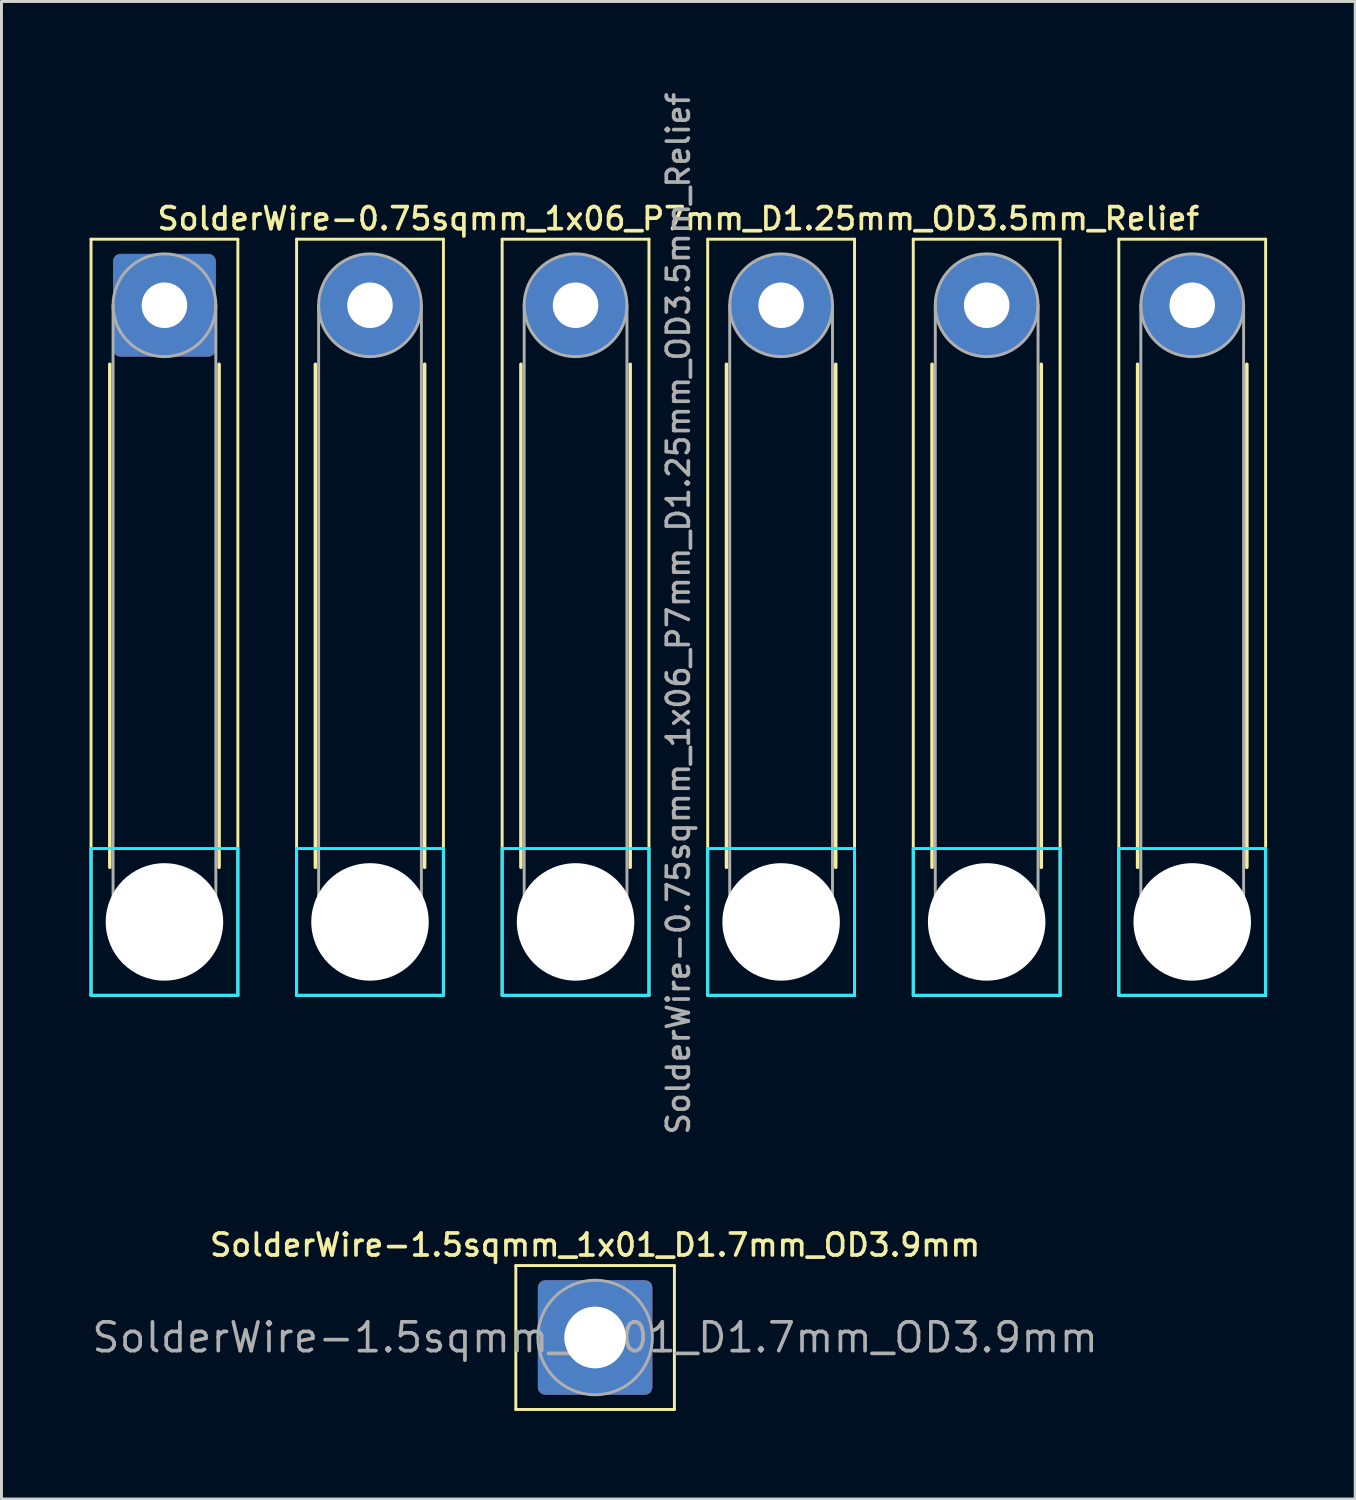
<source format=kicad_pcb>
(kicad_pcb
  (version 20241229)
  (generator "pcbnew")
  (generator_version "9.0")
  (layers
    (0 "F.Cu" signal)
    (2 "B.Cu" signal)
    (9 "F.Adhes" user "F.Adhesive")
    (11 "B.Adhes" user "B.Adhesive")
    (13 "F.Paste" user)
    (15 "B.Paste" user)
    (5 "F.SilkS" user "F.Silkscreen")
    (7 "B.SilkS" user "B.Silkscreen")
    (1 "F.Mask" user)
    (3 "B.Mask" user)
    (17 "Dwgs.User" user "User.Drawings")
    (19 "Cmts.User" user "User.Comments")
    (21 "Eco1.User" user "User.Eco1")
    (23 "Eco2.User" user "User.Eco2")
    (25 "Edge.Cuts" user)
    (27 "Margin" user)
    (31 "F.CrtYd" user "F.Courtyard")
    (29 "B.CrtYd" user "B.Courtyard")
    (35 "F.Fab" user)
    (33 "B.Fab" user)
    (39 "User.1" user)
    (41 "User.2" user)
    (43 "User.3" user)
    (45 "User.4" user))
  (footprint "SolderWire-1.5sqmm_1x01_D1.7mm_OD3.9mm"
    (layer "F.Cu")
    (at 17.216 42.497)
    (property "Reference" "SolderWire-1.5sqmm_1x01_D1.7mm_OD3.9mm" (at 0 -3.15 0) (layer "F.SilkS") (effects (font (size 0.75 0.75) (thickness 0.125))))
    (attr exclude_from_pos_files exclude_from_bom)
    (fp_line (start -2.7 -2.45) (end -2.7 2.45) (stroke (width 0.1) (type solid)) (layer "F.SilkS"))
    (fp_line (start -2.7 2.45) (end 2.7 2.45) (stroke (width 0.1) (type solid)) (layer "F.SilkS"))
    (fp_line (start 2.7 -2.45) (end -2.7 -2.45) (stroke (width 0.1) (type solid)) (layer "F.SilkS"))
    (fp_line (start 2.7 2.45) (end 2.7 -2.45) (stroke (width 0.1) (type solid)) (layer "F.SilkS"))
    (fp_circle (center 0 0) (end 1.95 0) (stroke (width 0.1) (type solid)) (fill no) (layer "F.Fab"))
    (fp_text user "${REFERENCE}" (at 0 0 0) (layer "F.Fab") (effects (font (size 0.98 0.98) (thickness 0.125))))
    (pad "1" thru_hole roundrect (at 0 0) (size 3.9 3.9) (drill 2.1) (layers "*.Cu" "*.Mask") (roundrect_rratio 0.064)))
  (footprint "SolderWire-0.75sqmm_1x06_P7mm_D1.25mm_OD3.5mm_Relief"
    (layer "F.Cu")
    (at 2.55 7.345)
    (property "Reference" "SolderWire-0.75sqmm_1x06_P7mm_D1.25mm_OD3.5mm_Relief" (at 17.5 -2.95 0) (layer "F.SilkS") (effects (font (size 0.75 0.75) (thickness 0.125))))
    (attr exclude_from_pos_files exclude_from_bom)
    (fp_line (start -2.5 -2.25) (end -2.5 23.5) (stroke (width 0.1) (type solid)) (layer "F.SilkS"))
    (fp_line (start -2.5 23.5) (end 2.5 23.5) (stroke (width 0.1) (type solid)) (layer "F.SilkS"))
    (fp_line (start -1.86 2.01) (end -1.86 19.14) (stroke (width 0.12) (type solid)) (layer "F.SilkS"))
    (fp_line (start 1.86 2.01) (end 1.86 19.14) (stroke (width 0.12) (type solid)) (layer "F.SilkS"))
    (fp_line (start 2.5 -2.25) (end -2.5 -2.25) (stroke (width 0.1) (type solid)) (layer "F.SilkS"))
    (fp_line (start 2.5 23.5) (end 2.5 -2.25) (stroke (width 0.1) (type solid)) (layer "F.SilkS"))
    (fp_line (start 4.5 -2.25) (end 4.5 23.5) (stroke (width 0.1) (type solid)) (layer "F.SilkS"))
    (fp_line (start 4.5 23.5) (end 9.5 23.5) (stroke (width 0.1) (type solid)) (layer "F.SilkS"))
    (fp_line (start 5.14 2.01) (end 5.14 19.14) (stroke (width 0.12) (type solid)) (layer "F.SilkS"))
    (fp_line (start 8.86 2.01) (end 8.86 19.14) (stroke (width 0.12) (type solid)) (layer "F.SilkS"))
    (fp_line (start 9.5 -2.25) (end 4.5 -2.25) (stroke (width 0.1) (type solid)) (layer "F.SilkS"))
    (fp_line (start 9.5 23.5) (end 9.5 -2.25) (stroke (width 0.1) (type solid)) (layer "F.SilkS"))
    (fp_line (start 11.5 -2.25) (end 11.5 23.5) (stroke (width 0.1) (type solid)) (layer "F.SilkS"))
    (fp_line (start 11.5 23.5) (end 16.5 23.5) (stroke (width 0.1) (type solid)) (layer "F.SilkS"))
    (fp_line (start 12.14 2.01) (end 12.14 19.14) (stroke (width 0.12) (type solid)) (layer "F.SilkS"))
    (fp_line (start 15.86 2.01) (end 15.86 19.14) (stroke (width 0.12) (type solid)) (layer "F.SilkS"))
    (fp_line (start 16.5 -2.25) (end 11.5 -2.25) (stroke (width 0.1) (type solid)) (layer "F.SilkS"))
    (fp_line (start 16.5 23.5) (end 16.5 -2.25) (stroke (width 0.1) (type solid)) (layer "F.SilkS"))
    (fp_line (start 18.5 -2.25) (end 18.5 23.5) (stroke (width 0.1) (type solid)) (layer "F.SilkS"))
    (fp_line (start 18.5 23.5) (end 23.5 23.5) (stroke (width 0.1) (type solid)) (layer "F.SilkS"))
    (fp_line (start 19.14 2.01) (end 19.14 19.14) (stroke (width 0.12) (type solid)) (layer "F.SilkS"))
    (fp_line (start 22.86 2.01) (end 22.86 19.14) (stroke (width 0.12) (type solid)) (layer "F.SilkS"))
    (fp_line (start 23.5 -2.25) (end 18.5 -2.25) (stroke (width 0.1) (type solid)) (layer "F.SilkS"))
    (fp_line (start 23.5 23.5) (end 23.5 -2.25) (stroke (width 0.1) (type solid)) (layer "F.SilkS"))
    (fp_line (start 25.5 -2.25) (end 25.5 23.5) (stroke (width 0.1) (type solid)) (layer "F.SilkS"))
    (fp_line (start 25.5 23.5) (end 30.5 23.5) (stroke (width 0.1) (type solid)) (layer "F.SilkS"))
    (fp_line (start 26.14 2.01) (end 26.14 19.14) (stroke (width 0.12) (type solid)) (layer "F.SilkS"))
    (fp_line (start 29.86 2.01) (end 29.86 19.14) (stroke (width 0.12) (type solid)) (layer "F.SilkS"))
    (fp_line (start 30.5 -2.25) (end 25.5 -2.25) (stroke (width 0.1) (type solid)) (layer "F.SilkS"))
    (fp_line (start 30.5 23.5) (end 30.5 -2.25) (stroke (width 0.1) (type solid)) (layer "F.SilkS"))
    (fp_line (start 32.5 -2.25) (end 32.5 23.5) (stroke (width 0.1) (type solid)) (layer "F.SilkS"))
    (fp_line (start 32.5 23.5) (end 37.5 23.5) (stroke (width 0.1) (type solid)) (layer "F.SilkS"))
    (fp_line (start 33.14 2.01) (end 33.14 19.14) (stroke (width 0.12) (type solid)) (layer "F.SilkS"))
    (fp_line (start 36.86 2.01) (end 36.86 19.14) (stroke (width 0.12) (type solid)) (layer "F.SilkS"))
    (fp_line (start 37.5 -2.25) (end 32.5 -2.25) (stroke (width 0.1) (type solid)) (layer "F.SilkS"))
    (fp_line (start 37.5 23.5) (end 37.5 -2.25) (stroke (width 0.1) (type solid)) (layer "F.SilkS"))
    (fp_line (start -2.5 18.5) (end -2.5 23.5) (stroke (width 0.1) (type solid)) (layer "B.CrtYd"))
    (fp_line (start -2.5 23.5) (end 2.5 23.5) (stroke (width 0.1) (type solid)) (layer "B.CrtYd"))
    (fp_line (start 2.5 18.5) (end -2.5 18.5) (stroke (width 0.1) (type solid)) (layer "B.CrtYd"))
    (fp_line (start 2.5 23.5) (end 2.5 18.5) (stroke (width 0.1) (type solid)) (layer "B.CrtYd"))
    (fp_line (start 4.5 18.5) (end 4.5 23.5) (stroke (width 0.1) (type solid)) (layer "B.CrtYd"))
    (fp_line (start 4.5 23.5) (end 9.5 23.5) (stroke (width 0.1) (type solid)) (layer "B.CrtYd"))
    (fp_line (start 9.5 18.5) (end 4.5 18.5) (stroke (width 0.1) (type solid)) (layer "B.CrtYd"))
    (fp_line (start 9.5 23.5) (end 9.5 18.5) (stroke (width 0.1) (type solid)) (layer "B.CrtYd"))
    (fp_line (start 11.5 18.5) (end 11.5 23.5) (stroke (width 0.1) (type solid)) (layer "B.CrtYd"))
    (fp_line (start 11.5 23.5) (end 16.5 23.5) (stroke (width 0.1) (type solid)) (layer "B.CrtYd"))
    (fp_line (start 16.5 18.5) (end 11.5 18.5) (stroke (width 0.1) (type solid)) (layer "B.CrtYd"))
    (fp_line (start 16.5 23.5) (end 16.5 18.5) (stroke (width 0.1) (type solid)) (layer "B.CrtYd"))
    (fp_line (start 18.5 18.5) (end 18.5 23.5) (stroke (width 0.1) (type solid)) (layer "B.CrtYd"))
    (fp_line (start 18.5 23.5) (end 23.5 23.5) (stroke (width 0.1) (type solid)) (layer "B.CrtYd"))
    (fp_line (start 23.5 18.5) (end 18.5 18.5) (stroke (width 0.1) (type solid)) (layer "B.CrtYd"))
    (fp_line (start 23.5 23.5) (end 23.5 18.5) (stroke (width 0.1) (type solid)) (layer "B.CrtYd"))
    (fp_line (start 25.5 18.5) (end 25.5 23.5) (stroke (width 0.1) (type solid)) (layer "B.CrtYd"))
    (fp_line (start 25.5 23.5) (end 30.5 23.5) (stroke (width 0.1) (type solid)) (layer "B.CrtYd"))
    (fp_line (start 30.5 18.5) (end 25.5 18.5) (stroke (width 0.1) (type solid)) (layer "B.CrtYd"))
    (fp_line (start 30.5 23.5) (end 30.5 18.5) (stroke (width 0.1) (type solid)) (layer "B.CrtYd"))
    (fp_line (start 32.5 18.5) (end 32.5 23.5) (stroke (width 0.1) (type solid)) (layer "B.CrtYd"))
    (fp_line (start 32.5 23.5) (end 37.5 23.5) (stroke (width 0.1) (type solid)) (layer "B.CrtYd"))
    (fp_line (start 37.5 18.5) (end 32.5 18.5) (stroke (width 0.1) (type solid)) (layer "B.CrtYd"))
    (fp_line (start 37.5 23.5) (end 37.5 18.5) (stroke (width 0.1) (type solid)) (layer "B.CrtYd"))
    (fp_line (start -1.75 0) (end -1.75 21) (stroke (width 0.1) (type solid)) (layer "F.Fab"))
    (fp_line (start 1.75 0) (end 1.75 21) (stroke (width 0.1) (type solid)) (layer "F.Fab"))
    (fp_line (start 5.25 0) (end 5.25 21) (stroke (width 0.1) (type solid)) (layer "F.Fab"))
    (fp_line (start 8.75 0) (end 8.75 21) (stroke (width 0.1) (type solid)) (layer "F.Fab"))
    (fp_line (start 12.25 0) (end 12.25 21) (stroke (width 0.1) (type solid)) (layer "F.Fab"))
    (fp_line (start 15.75 0) (end 15.75 21) (stroke (width 0.1) (type solid)) (layer "F.Fab"))
    (fp_line (start 19.25 0) (end 19.25 21) (stroke (width 0.1) (type solid)) (layer "F.Fab"))
    (fp_line (start 22.75 0) (end 22.75 21) (stroke (width 0.1) (type solid)) (layer "F.Fab"))
    (fp_line (start 26.25 0) (end 26.25 21) (stroke (width 0.1) (type solid)) (layer "F.Fab"))
    (fp_line (start 29.75 0) (end 29.75 21) (stroke (width 0.1) (type solid)) (layer "F.Fab"))
    (fp_line (start 33.25 0) (end 33.25 21) (stroke (width 0.1) (type solid)) (layer "F.Fab"))
    (fp_line (start 36.75 0) (end 36.75 21) (stroke (width 0.1) (type solid)) (layer "F.Fab"))
    (fp_circle (center 0 0) (end 1.75 0) (stroke (width 0.1) (type solid)) (fill no) (layer "F.Fab"))
    (fp_circle (center 0 21) (end 1.75 21) (stroke (width 0.1) (type solid)) (fill no) (layer "F.Fab"))
    (fp_circle (center 7 0) (end 8.75 0) (stroke (width 0.1) (type solid)) (fill no) (layer "F.Fab"))
    (fp_circle (center 7 21) (end 8.75 21) (stroke (width 0.1) (type solid)) (fill no) (layer "F.Fab"))
    (fp_circle (center 14 0) (end 15.75 0) (stroke (width 0.1) (type solid)) (fill no) (layer "F.Fab"))
    (fp_circle (center 14 21) (end 15.75 21) (stroke (width 0.1) (type solid)) (fill no) (layer "F.Fab"))
    (fp_circle (center 21 0) (end 22.75 0) (stroke (width 0.1) (type solid)) (fill no) (layer "F.Fab"))
    (fp_circle (center 21 21) (end 22.75 21) (stroke (width 0.1) (type solid)) (fill no) (layer "F.Fab"))
    (fp_circle (center 28 0) (end 29.75 0) (stroke (width 0.1) (type solid)) (fill no) (layer "F.Fab"))
    (fp_circle (center 28 21) (end 29.75 21) (stroke (width 0.1) (type solid)) (fill no) (layer "F.Fab"))
    (fp_circle (center 35 0) (end 36.75 0) (stroke (width 0.1) (type solid)) (fill no) (layer "F.Fab"))
    (fp_circle (center 35 21) (end 36.75 21) (stroke (width 0.1) (type solid)) (fill no) (layer "F.Fab"))
    (fp_text user "${REFERENCE}" (at 17.5 10.5 90) (layer "F.Fab") (effects (font (size 0.75 0.75) (thickness 0.125))))
    (pad "" np_thru_hole circle (at 0 21) (size 4 4) (drill 4) (layers "*.Cu" "*.Mask"))
    (pad "" np_thru_hole circle (at 7 21) (size 4 4) (drill 4) (layers "*.Cu" "*.Mask"))
    (pad "" np_thru_hole circle (at 14 21) (size 4 4) (drill 4) (layers "*.Cu" "*.Mask"))
    (pad "" np_thru_hole circle (at 21 21) (size 4 4) (drill 4) (layers "*.Cu" "*.Mask"))
    (pad "" np_thru_hole circle (at 28 21) (size 4 4) (drill 4) (layers "*.Cu" "*.Mask"))
    (pad "" np_thru_hole circle (at 35 21) (size 4 4) (drill 4) (layers "*.Cu" "*.Mask"))
    (pad "1" thru_hole roundrect (at 0 0) (size 3.5 3.5) (drill 1.55) (layers "*.Cu" "*.Mask") (roundrect_rratio 0.071))
    (pad "2" thru_hole circle (at 7 0) (size 3.5 3.5) (drill 1.55) (layers "*.Cu" "*.Mask"))
    (pad "3" thru_hole circle (at 14 0) (size 3.5 3.5) (drill 1.55) (layers "*.Cu" "*.Mask"))
    (pad "4" thru_hole circle (at 21 0) (size 3.5 3.5) (drill 1.55) (layers "*.Cu" "*.Mask"))
    (pad "5" thru_hole circle (at 28 0) (size 3.5 3.5) (drill 1.55) (layers "*.Cu" "*.Mask"))
    (pad "6" thru_hole circle (at 35 0) (size 3.5 3.5) (drill 1.55) (layers "*.Cu" "*.Mask")))
  (gr_rect
    (start -3 -3)
    (end 43.1 47.997)
    (stroke (width 0.1) (type default))
    (fill no)
    (layer "Edge.Cuts")))
</source>
